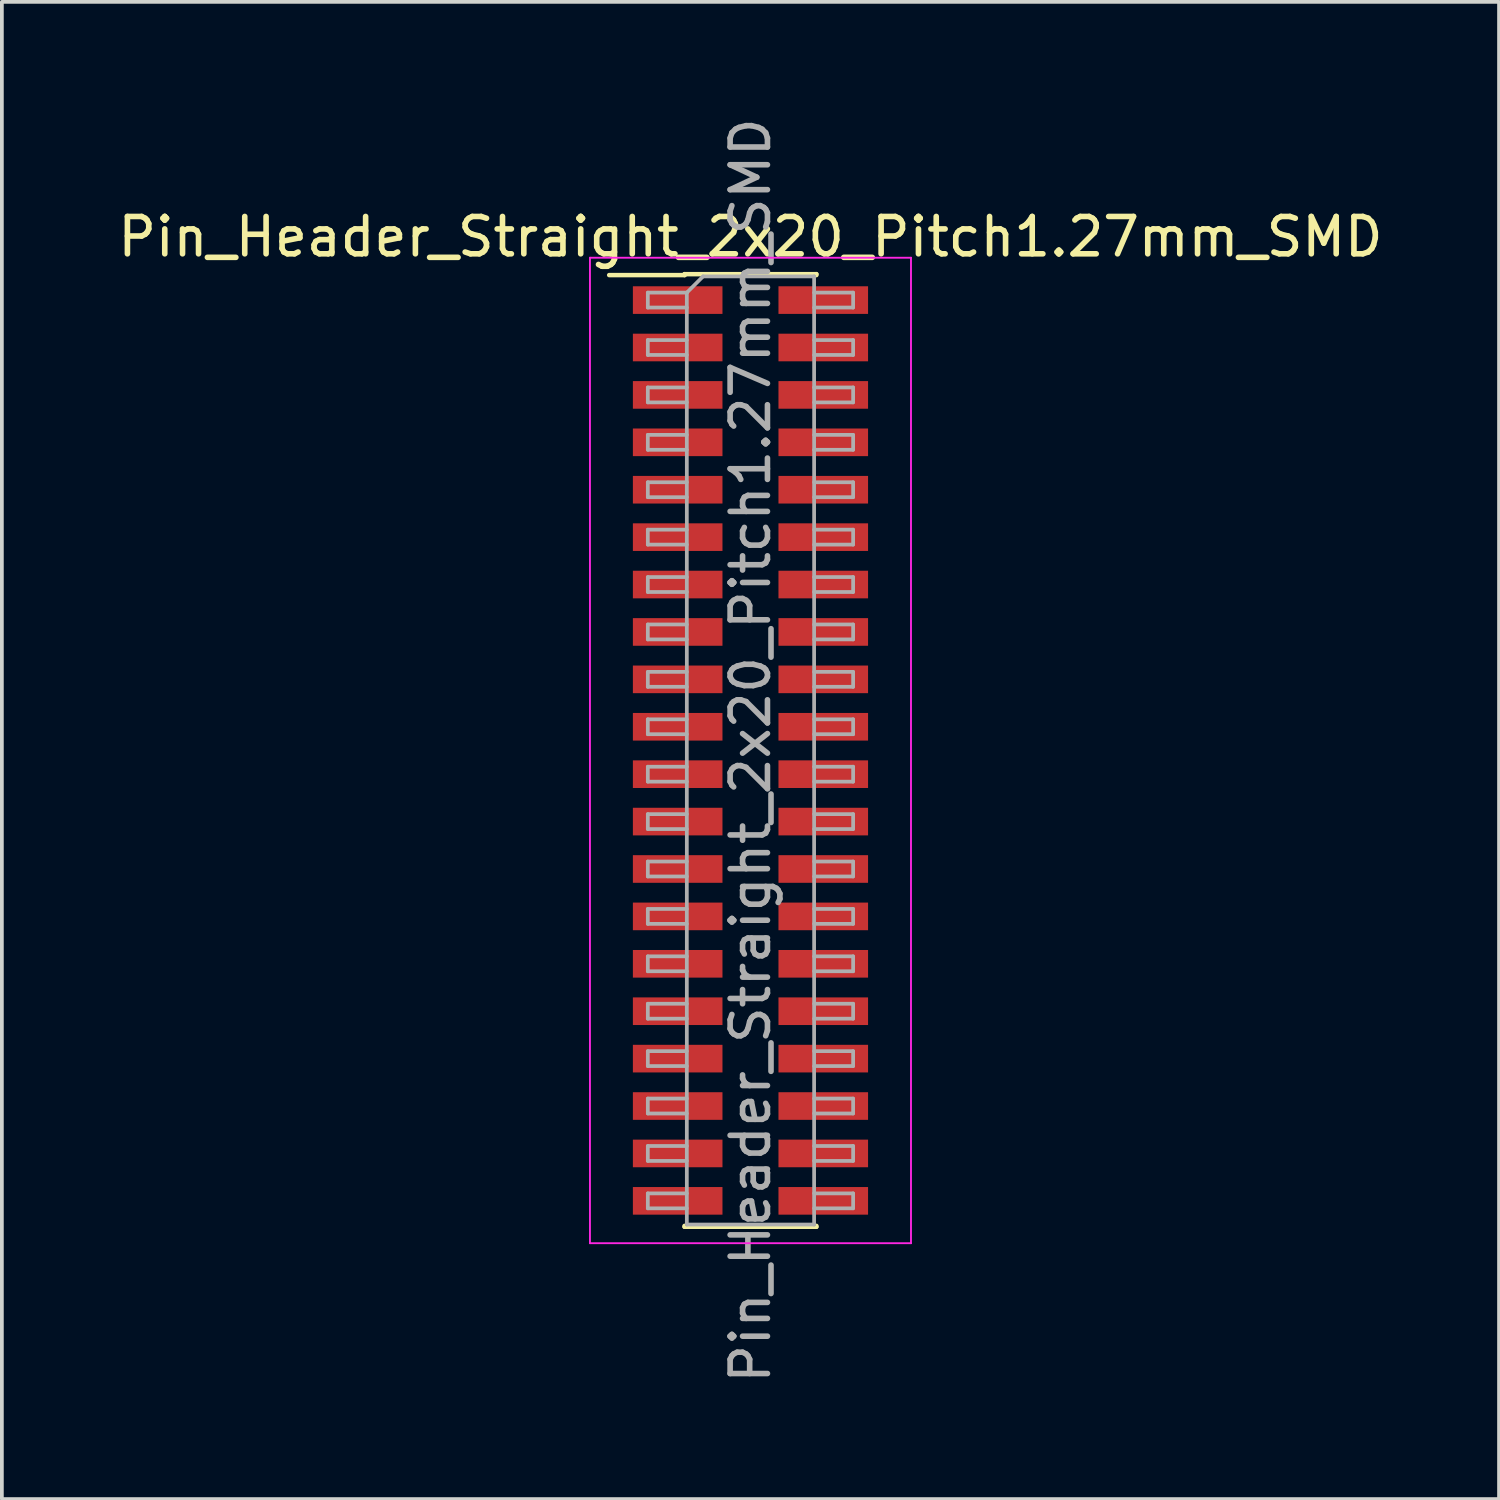
<source format=kicad_pcb>
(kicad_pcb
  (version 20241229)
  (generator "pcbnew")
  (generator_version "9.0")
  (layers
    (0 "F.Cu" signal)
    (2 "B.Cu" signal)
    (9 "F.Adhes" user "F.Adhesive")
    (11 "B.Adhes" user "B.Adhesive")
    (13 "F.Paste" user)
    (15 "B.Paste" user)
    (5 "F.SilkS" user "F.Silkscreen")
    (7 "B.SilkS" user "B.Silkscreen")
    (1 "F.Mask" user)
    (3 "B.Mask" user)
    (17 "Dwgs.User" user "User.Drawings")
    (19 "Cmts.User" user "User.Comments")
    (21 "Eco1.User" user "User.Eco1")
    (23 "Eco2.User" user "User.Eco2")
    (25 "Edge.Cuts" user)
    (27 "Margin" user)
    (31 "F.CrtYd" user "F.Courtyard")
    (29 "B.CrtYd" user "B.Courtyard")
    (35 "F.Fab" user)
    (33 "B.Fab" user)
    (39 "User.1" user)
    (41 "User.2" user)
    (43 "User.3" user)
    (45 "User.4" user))
  (footprint "Pin_Header_Straight_2x20_Pitch1.27mm_SMD"
    (layer "F.Cu")
    (at 17.054 17.054)
    (property "Reference" "Pin_Header_Straight_2x20_Pitch1.27mm_SMD" (at 0 -13.76 0) (layer "F.SilkS") (effects (font (size 1 1) (thickness 0.15))))
    (attr smd)
    (fp_line (start -3.785 -12.735) (end -1.765 -12.735) (stroke (width 0.12) (type solid)) (layer "F.SilkS"))
    (fp_line (start -1.765 -12.76) (end 1.765 -12.76) (stroke (width 0.12) (type solid)) (layer "F.SilkS"))
    (fp_line (start -1.765 -12.735) (end -1.765 -12.76) (stroke (width 0.12) (type solid)) (layer "F.SilkS"))
    (fp_line (start -1.765 12.735) (end -1.765 12.76) (stroke (width 0.12) (type solid)) (layer "F.SilkS"))
    (fp_line (start -1.765 12.76) (end 1.765 12.76) (stroke (width 0.12) (type solid)) (layer "F.SilkS"))
    (fp_line (start 1.765 -12.76) (end 1.765 -12.735) (stroke (width 0.12) (type solid)) (layer "F.SilkS"))
    (fp_line (start 1.765 12.76) (end 1.765 12.735) (stroke (width 0.12) (type solid)) (layer "F.SilkS"))
    (fp_line (start -4.3 -13.2) (end -4.3 13.2) (stroke (width 0.05) (type solid)) (layer "F.CrtYd"))
    (fp_line (start -4.3 13.2) (end 4.3 13.2) (stroke (width 0.05) (type solid)) (layer "F.CrtYd"))
    (fp_line (start 4.3 -13.2) (end -4.3 -13.2) (stroke (width 0.05) (type solid)) (layer "F.CrtYd"))
    (fp_line (start 4.3 13.2) (end 4.3 -13.2) (stroke (width 0.05) (type solid)) (layer "F.CrtYd"))
    (fp_line (start -2.75 -12.265) (end -2.75 -11.865) (stroke (width 0.1) (type solid)) (layer "F.Fab"))
    (fp_line (start -2.75 -11.865) (end -1.705 -11.865) (stroke (width 0.1) (type solid)) (layer "F.Fab"))
    (fp_line (start -2.75 -10.995) (end -2.75 -10.595) (stroke (width 0.1) (type solid)) (layer "F.Fab"))
    (fp_line (start -2.75 -10.595) (end -1.705 -10.595) (stroke (width 0.1) (type solid)) (layer "F.Fab"))
    (fp_line (start -2.75 -9.725) (end -2.75 -9.325) (stroke (width 0.1) (type solid)) (layer "F.Fab"))
    (fp_line (start -2.75 -9.325) (end -1.705 -9.325) (stroke (width 0.1) (type solid)) (layer "F.Fab"))
    (fp_line (start -2.75 -8.455) (end -2.75 -8.055) (stroke (width 0.1) (type solid)) (layer "F.Fab"))
    (fp_line (start -2.75 -8.055) (end -1.705 -8.055) (stroke (width 0.1) (type solid)) (layer "F.Fab"))
    (fp_line (start -2.75 -7.185) (end -2.75 -6.785) (stroke (width 0.1) (type solid)) (layer "F.Fab"))
    (fp_line (start -2.75 -6.785) (end -1.705 -6.785) (stroke (width 0.1) (type solid)) (layer "F.Fab"))
    (fp_line (start -2.75 -5.915) (end -2.75 -5.515) (stroke (width 0.1) (type solid)) (layer "F.Fab"))
    (fp_line (start -2.75 -5.515) (end -1.705 -5.515) (stroke (width 0.1) (type solid)) (layer "F.Fab"))
    (fp_line (start -2.75 -4.645) (end -2.75 -4.245) (stroke (width 0.1) (type solid)) (layer "F.Fab"))
    (fp_line (start -2.75 -4.245) (end -1.705 -4.245) (stroke (width 0.1) (type solid)) (layer "F.Fab"))
    (fp_line (start -2.75 -3.375) (end -2.75 -2.975) (stroke (width 0.1) (type solid)) (layer "F.Fab"))
    (fp_line (start -2.75 -2.975) (end -1.705 -2.975) (stroke (width 0.1) (type solid)) (layer "F.Fab"))
    (fp_line (start -2.75 -2.105) (end -2.75 -1.705) (stroke (width 0.1) (type solid)) (layer "F.Fab"))
    (fp_line (start -2.75 -1.705) (end -1.705 -1.705) (stroke (width 0.1) (type solid)) (layer "F.Fab"))
    (fp_line (start -2.75 -0.835) (end -2.75 -0.435) (stroke (width 0.1) (type solid)) (layer "F.Fab"))
    (fp_line (start -2.75 -0.435) (end -1.705 -0.435) (stroke (width 0.1) (type solid)) (layer "F.Fab"))
    (fp_line (start -2.75 0.435) (end -2.75 0.835) (stroke (width 0.1) (type solid)) (layer "F.Fab"))
    (fp_line (start -2.75 0.835) (end -1.705 0.835) (stroke (width 0.1) (type solid)) (layer "F.Fab"))
    (fp_line (start -2.75 1.705) (end -2.75 2.105) (stroke (width 0.1) (type solid)) (layer "F.Fab"))
    (fp_line (start -2.75 2.105) (end -1.705 2.105) (stroke (width 0.1) (type solid)) (layer "F.Fab"))
    (fp_line (start -2.75 2.975) (end -2.75 3.375) (stroke (width 0.1) (type solid)) (layer "F.Fab"))
    (fp_line (start -2.75 3.375) (end -1.705 3.375) (stroke (width 0.1) (type solid)) (layer "F.Fab"))
    (fp_line (start -2.75 4.245) (end -2.75 4.645) (stroke (width 0.1) (type solid)) (layer "F.Fab"))
    (fp_line (start -2.75 4.645) (end -1.705 4.645) (stroke (width 0.1) (type solid)) (layer "F.Fab"))
    (fp_line (start -2.75 5.515) (end -2.75 5.915) (stroke (width 0.1) (type solid)) (layer "F.Fab"))
    (fp_line (start -2.75 5.915) (end -1.705 5.915) (stroke (width 0.1) (type solid)) (layer "F.Fab"))
    (fp_line (start -2.75 6.785) (end -2.75 7.185) (stroke (width 0.1) (type solid)) (layer "F.Fab"))
    (fp_line (start -2.75 7.185) (end -1.705 7.185) (stroke (width 0.1) (type solid)) (layer "F.Fab"))
    (fp_line (start -2.75 8.055) (end -2.75 8.455) (stroke (width 0.1) (type solid)) (layer "F.Fab"))
    (fp_line (start -2.75 8.455) (end -1.705 8.455) (stroke (width 0.1) (type solid)) (layer "F.Fab"))
    (fp_line (start -2.75 9.325) (end -2.75 9.725) (stroke (width 0.1) (type solid)) (layer "F.Fab"))
    (fp_line (start -2.75 9.725) (end -1.705 9.725) (stroke (width 0.1) (type solid)) (layer "F.Fab"))
    (fp_line (start -2.75 10.595) (end -2.75 10.995) (stroke (width 0.1) (type solid)) (layer "F.Fab"))
    (fp_line (start -2.75 10.995) (end -1.705 10.995) (stroke (width 0.1) (type solid)) (layer "F.Fab"))
    (fp_line (start -2.75 11.865) (end -2.75 12.265) (stroke (width 0.1) (type solid)) (layer "F.Fab"))
    (fp_line (start -2.75 12.265) (end -1.705 12.265) (stroke (width 0.1) (type solid)) (layer "F.Fab"))
    (fp_line (start -1.705 -12.265) (end -2.75 -12.265) (stroke (width 0.1) (type solid)) (layer "F.Fab"))
    (fp_line (start -1.705 -12.265) (end -1.27 -12.7) (stroke (width 0.1) (type solid)) (layer "F.Fab"))
    (fp_line (start -1.705 -10.995) (end -2.75 -10.995) (stroke (width 0.1) (type solid)) (layer "F.Fab"))
    (fp_line (start -1.705 -9.725) (end -2.75 -9.725) (stroke (width 0.1) (type solid)) (layer "F.Fab"))
    (fp_line (start -1.705 -8.455) (end -2.75 -8.455) (stroke (width 0.1) (type solid)) (layer "F.Fab"))
    (fp_line (start -1.705 -7.185) (end -2.75 -7.185) (stroke (width 0.1) (type solid)) (layer "F.Fab"))
    (fp_line (start -1.705 -5.915) (end -2.75 -5.915) (stroke (width 0.1) (type solid)) (layer "F.Fab"))
    (fp_line (start -1.705 -4.645) (end -2.75 -4.645) (stroke (width 0.1) (type solid)) (layer "F.Fab"))
    (fp_line (start -1.705 -3.375) (end -2.75 -3.375) (stroke (width 0.1) (type solid)) (layer "F.Fab"))
    (fp_line (start -1.705 -2.105) (end -2.75 -2.105) (stroke (width 0.1) (type solid)) (layer "F.Fab"))
    (fp_line (start -1.705 -0.835) (end -2.75 -0.835) (stroke (width 0.1) (type solid)) (layer "F.Fab"))
    (fp_line (start -1.705 0.435) (end -2.75 0.435) (stroke (width 0.1) (type solid)) (layer "F.Fab"))
    (fp_line (start -1.705 1.705) (end -2.75 1.705) (stroke (width 0.1) (type solid)) (layer "F.Fab"))
    (fp_line (start -1.705 2.975) (end -2.75 2.975) (stroke (width 0.1) (type solid)) (layer "F.Fab"))
    (fp_line (start -1.705 4.245) (end -2.75 4.245) (stroke (width 0.1) (type solid)) (layer "F.Fab"))
    (fp_line (start -1.705 5.515) (end -2.75 5.515) (stroke (width 0.1) (type solid)) (layer "F.Fab"))
    (fp_line (start -1.705 6.785) (end -2.75 6.785) (stroke (width 0.1) (type solid)) (layer "F.Fab"))
    (fp_line (start -1.705 8.055) (end -2.75 8.055) (stroke (width 0.1) (type solid)) (layer "F.Fab"))
    (fp_line (start -1.705 9.325) (end -2.75 9.325) (stroke (width 0.1) (type solid)) (layer "F.Fab"))
    (fp_line (start -1.705 10.595) (end -2.75 10.595) (stroke (width 0.1) (type solid)) (layer "F.Fab"))
    (fp_line (start -1.705 11.865) (end -2.75 11.865) (stroke (width 0.1) (type solid)) (layer "F.Fab"))
    (fp_line (start -1.705 12.7) (end -1.705 -12.265) (stroke (width 0.1) (type solid)) (layer "F.Fab"))
    (fp_line (start -1.27 -12.7) (end 1.705 -12.7) (stroke (width 0.1) (type solid)) (layer "F.Fab"))
    (fp_line (start 1.705 -12.7) (end 1.705 12.7) (stroke (width 0.1) (type solid)) (layer "F.Fab"))
    (fp_line (start 1.705 -12.265) (end 2.75 -12.265) (stroke (width 0.1) (type solid)) (layer "F.Fab"))
    (fp_line (start 1.705 -10.995) (end 2.75 -10.995) (stroke (width 0.1) (type solid)) (layer "F.Fab"))
    (fp_line (start 1.705 -9.725) (end 2.75 -9.725) (stroke (width 0.1) (type solid)) (layer "F.Fab"))
    (fp_line (start 1.705 -8.455) (end 2.75 -8.455) (stroke (width 0.1) (type solid)) (layer "F.Fab"))
    (fp_line (start 1.705 -7.185) (end 2.75 -7.185) (stroke (width 0.1) (type solid)) (layer "F.Fab"))
    (fp_line (start 1.705 -5.915) (end 2.75 -5.915) (stroke (width 0.1) (type solid)) (layer "F.Fab"))
    (fp_line (start 1.705 -4.645) (end 2.75 -4.645) (stroke (width 0.1) (type solid)) (layer "F.Fab"))
    (fp_line (start 1.705 -3.375) (end 2.75 -3.375) (stroke (width 0.1) (type solid)) (layer "F.Fab"))
    (fp_line (start 1.705 -2.105) (end 2.75 -2.105) (stroke (width 0.1) (type solid)) (layer "F.Fab"))
    (fp_line (start 1.705 -0.835) (end 2.75 -0.835) (stroke (width 0.1) (type solid)) (layer "F.Fab"))
    (fp_line (start 1.705 0.435) (end 2.75 0.435) (stroke (width 0.1) (type solid)) (layer "F.Fab"))
    (fp_line (start 1.705 1.705) (end 2.75 1.705) (stroke (width 0.1) (type solid)) (layer "F.Fab"))
    (fp_line (start 1.705 2.975) (end 2.75 2.975) (stroke (width 0.1) (type solid)) (layer "F.Fab"))
    (fp_line (start 1.705 4.245) (end 2.75 4.245) (stroke (width 0.1) (type solid)) (layer "F.Fab"))
    (fp_line (start 1.705 5.515) (end 2.75 5.515) (stroke (width 0.1) (type solid)) (layer "F.Fab"))
    (fp_line (start 1.705 6.785) (end 2.75 6.785) (stroke (width 0.1) (type solid)) (layer "F.Fab"))
    (fp_line (start 1.705 8.055) (end 2.75 8.055) (stroke (width 0.1) (type solid)) (layer "F.Fab"))
    (fp_line (start 1.705 9.325) (end 2.75 9.325) (stroke (width 0.1) (type solid)) (layer "F.Fab"))
    (fp_line (start 1.705 10.595) (end 2.75 10.595) (stroke (width 0.1) (type solid)) (layer "F.Fab"))
    (fp_line (start 1.705 11.865) (end 2.75 11.865) (stroke (width 0.1) (type solid)) (layer "F.Fab"))
    (fp_line (start 1.705 12.7) (end -1.705 12.7) (stroke (width 0.1) (type solid)) (layer "F.Fab"))
    (fp_line (start 2.75 -12.265) (end 2.75 -11.865) (stroke (width 0.1) (type solid)) (layer "F.Fab"))
    (fp_line (start 2.75 -11.865) (end 1.705 -11.865) (stroke (width 0.1) (type solid)) (layer "F.Fab"))
    (fp_line (start 2.75 -10.995) (end 2.75 -10.595) (stroke (width 0.1) (type solid)) (layer "F.Fab"))
    (fp_line (start 2.75 -10.595) (end 1.705 -10.595) (stroke (width 0.1) (type solid)) (layer "F.Fab"))
    (fp_line (start 2.75 -9.725) (end 2.75 -9.325) (stroke (width 0.1) (type solid)) (layer "F.Fab"))
    (fp_line (start 2.75 -9.325) (end 1.705 -9.325) (stroke (width 0.1) (type solid)) (layer "F.Fab"))
    (fp_line (start 2.75 -8.455) (end 2.75 -8.055) (stroke (width 0.1) (type solid)) (layer "F.Fab"))
    (fp_line (start 2.75 -8.055) (end 1.705 -8.055) (stroke (width 0.1) (type solid)) (layer "F.Fab"))
    (fp_line (start 2.75 -7.185) (end 2.75 -6.785) (stroke (width 0.1) (type solid)) (layer "F.Fab"))
    (fp_line (start 2.75 -6.785) (end 1.705 -6.785) (stroke (width 0.1) (type solid)) (layer "F.Fab"))
    (fp_line (start 2.75 -5.915) (end 2.75 -5.515) (stroke (width 0.1) (type solid)) (layer "F.Fab"))
    (fp_line (start 2.75 -5.515) (end 1.705 -5.515) (stroke (width 0.1) (type solid)) (layer "F.Fab"))
    (fp_line (start 2.75 -4.645) (end 2.75 -4.245) (stroke (width 0.1) (type solid)) (layer "F.Fab"))
    (fp_line (start 2.75 -4.245) (end 1.705 -4.245) (stroke (width 0.1) (type solid)) (layer "F.Fab"))
    (fp_line (start 2.75 -3.375) (end 2.75 -2.975) (stroke (width 0.1) (type solid)) (layer "F.Fab"))
    (fp_line (start 2.75 -2.975) (end 1.705 -2.975) (stroke (width 0.1) (type solid)) (layer "F.Fab"))
    (fp_line (start 2.75 -2.105) (end 2.75 -1.705) (stroke (width 0.1) (type solid)) (layer "F.Fab"))
    (fp_line (start 2.75 -1.705) (end 1.705 -1.705) (stroke (width 0.1) (type solid)) (layer "F.Fab"))
    (fp_line (start 2.75 -0.835) (end 2.75 -0.435) (stroke (width 0.1) (type solid)) (layer "F.Fab"))
    (fp_line (start 2.75 -0.435) (end 1.705 -0.435) (stroke (width 0.1) (type solid)) (layer "F.Fab"))
    (fp_line (start 2.75 0.435) (end 2.75 0.835) (stroke (width 0.1) (type solid)) (layer "F.Fab"))
    (fp_line (start 2.75 0.835) (end 1.705 0.835) (stroke (width 0.1) (type solid)) (layer "F.Fab"))
    (fp_line (start 2.75 1.705) (end 2.75 2.105) (stroke (width 0.1) (type solid)) (layer "F.Fab"))
    (fp_line (start 2.75 2.105) (end 1.705 2.105) (stroke (width 0.1) (type solid)) (layer "F.Fab"))
    (fp_line (start 2.75 2.975) (end 2.75 3.375) (stroke (width 0.1) (type solid)) (layer "F.Fab"))
    (fp_line (start 2.75 3.375) (end 1.705 3.375) (stroke (width 0.1) (type solid)) (layer "F.Fab"))
    (fp_line (start 2.75 4.245) (end 2.75 4.645) (stroke (width 0.1) (type solid)) (layer "F.Fab"))
    (fp_line (start 2.75 4.645) (end 1.705 4.645) (stroke (width 0.1) (type solid)) (layer "F.Fab"))
    (fp_line (start 2.75 5.515) (end 2.75 5.915) (stroke (width 0.1) (type solid)) (layer "F.Fab"))
    (fp_line (start 2.75 5.915) (end 1.705 5.915) (stroke (width 0.1) (type solid)) (layer "F.Fab"))
    (fp_line (start 2.75 6.785) (end 2.75 7.185) (stroke (width 0.1) (type solid)) (layer "F.Fab"))
    (fp_line (start 2.75 7.185) (end 1.705 7.185) (stroke (width 0.1) (type solid)) (layer "F.Fab"))
    (fp_line (start 2.75 8.055) (end 2.75 8.455) (stroke (width 0.1) (type solid)) (layer "F.Fab"))
    (fp_line (start 2.75 8.455) (end 1.705 8.455) (stroke (width 0.1) (type solid)) (layer "F.Fab"))
    (fp_line (start 2.75 9.325) (end 2.75 9.725) (stroke (width 0.1) (type solid)) (layer "F.Fab"))
    (fp_line (start 2.75 9.725) (end 1.705 9.725) (stroke (width 0.1) (type solid)) (layer "F.Fab"))
    (fp_line (start 2.75 10.595) (end 2.75 10.995) (stroke (width 0.1) (type solid)) (layer "F.Fab"))
    (fp_line (start 2.75 10.995) (end 1.705 10.995) (stroke (width 0.1) (type solid)) (layer "F.Fab"))
    (fp_line (start 2.75 11.865) (end 2.75 12.265) (stroke (width 0.1) (type solid)) (layer "F.Fab"))
    (fp_line (start 2.75 12.265) (end 1.705 12.265) (stroke (width 0.1) (type solid)) (layer "F.Fab"))
    (fp_text user "${REFERENCE}" (at 0 0 90) (layer "F.Fab") (effects (font (size 1 1) (thickness 0.15))))
    (pad "1" smd rect (at -1.95 -12.065) (size 2.4 0.74) (layers "F.Cu" "F.Mask" "F.Paste"))
    (pad "2" smd rect (at 1.95 -12.065) (size 2.4 0.74) (layers "F.Cu" "F.Mask" "F.Paste"))
    (pad "3" smd rect (at -1.95 -10.795) (size 2.4 0.74) (layers "F.Cu" "F.Mask" "F.Paste"))
    (pad "4" smd rect (at 1.95 -10.795) (size 2.4 0.74) (layers "F.Cu" "F.Mask" "F.Paste"))
    (pad "5" smd rect (at -1.95 -9.525) (size 2.4 0.74) (layers "F.Cu" "F.Mask" "F.Paste"))
    (pad "6" smd rect (at 1.95 -9.525) (size 2.4 0.74) (layers "F.Cu" "F.Mask" "F.Paste"))
    (pad "7" smd rect (at -1.95 -8.255) (size 2.4 0.74) (layers "F.Cu" "F.Mask" "F.Paste"))
    (pad "8" smd rect (at 1.95 -8.255) (size 2.4 0.74) (layers "F.Cu" "F.Mask" "F.Paste"))
    (pad "9" smd rect (at -1.95 -6.985) (size 2.4 0.74) (layers "F.Cu" "F.Mask" "F.Paste"))
    (pad "10" smd rect (at 1.95 -6.985) (size 2.4 0.74) (layers "F.Cu" "F.Mask" "F.Paste"))
    (pad "11" smd rect (at -1.95 -5.715) (size 2.4 0.74) (layers "F.Cu" "F.Mask" "F.Paste"))
    (pad "12" smd rect (at 1.95 -5.715) (size 2.4 0.74) (layers "F.Cu" "F.Mask" "F.Paste"))
    (pad "13" smd rect (at -1.95 -4.445) (size 2.4 0.74) (layers "F.Cu" "F.Mask" "F.Paste"))
    (pad "14" smd rect (at 1.95 -4.445) (size 2.4 0.74) (layers "F.Cu" "F.Mask" "F.Paste"))
    (pad "15" smd rect (at -1.95 -3.175) (size 2.4 0.74) (layers "F.Cu" "F.Mask" "F.Paste"))
    (pad "16" smd rect (at 1.95 -3.175) (size 2.4 0.74) (layers "F.Cu" "F.Mask" "F.Paste"))
    (pad "17" smd rect (at -1.95 -1.905) (size 2.4 0.74) (layers "F.Cu" "F.Mask" "F.Paste"))
    (pad "18" smd rect (at 1.95 -1.905) (size 2.4 0.74) (layers "F.Cu" "F.Mask" "F.Paste"))
    (pad "19" smd rect (at -1.95 -0.635) (size 2.4 0.74) (layers "F.Cu" "F.Mask" "F.Paste"))
    (pad "20" smd rect (at 1.95 -0.635) (size 2.4 0.74) (layers "F.Cu" "F.Mask" "F.Paste"))
    (pad "21" smd rect (at -1.95 0.635) (size 2.4 0.74) (layers "F.Cu" "F.Mask" "F.Paste"))
    (pad "22" smd rect (at 1.95 0.635) (size 2.4 0.74) (layers "F.Cu" "F.Mask" "F.Paste"))
    (pad "23" smd rect (at -1.95 1.905) (size 2.4 0.74) (layers "F.Cu" "F.Mask" "F.Paste"))
    (pad "24" smd rect (at 1.95 1.905) (size 2.4 0.74) (layers "F.Cu" "F.Mask" "F.Paste"))
    (pad "25" smd rect (at -1.95 3.175) (size 2.4 0.74) (layers "F.Cu" "F.Mask" "F.Paste"))
    (pad "26" smd rect (at 1.95 3.175) (size 2.4 0.74) (layers "F.Cu" "F.Mask" "F.Paste"))
    (pad "27" smd rect (at -1.95 4.445) (size 2.4 0.74) (layers "F.Cu" "F.Mask" "F.Paste"))
    (pad "28" smd rect (at 1.95 4.445) (size 2.4 0.74) (layers "F.Cu" "F.Mask" "F.Paste"))
    (pad "29" smd rect (at -1.95 5.715) (size 2.4 0.74) (layers "F.Cu" "F.Mask" "F.Paste"))
    (pad "30" smd rect (at 1.95 5.715) (size 2.4 0.74) (layers "F.Cu" "F.Mask" "F.Paste"))
    (pad "31" smd rect (at -1.95 6.985) (size 2.4 0.74) (layers "F.Cu" "F.Mask" "F.Paste"))
    (pad "32" smd rect (at 1.95 6.985) (size 2.4 0.74) (layers "F.Cu" "F.Mask" "F.Paste"))
    (pad "33" smd rect (at -1.95 8.255) (size 2.4 0.74) (layers "F.Cu" "F.Mask" "F.Paste"))
    (pad "34" smd rect (at 1.95 8.255) (size 2.4 0.74) (layers "F.Cu" "F.Mask" "F.Paste"))
    (pad "35" smd rect (at -1.95 9.525) (size 2.4 0.74) (layers "F.Cu" "F.Mask" "F.Paste"))
    (pad "36" smd rect (at 1.95 9.525) (size 2.4 0.74) (layers "F.Cu" "F.Mask" "F.Paste"))
    (pad "37" smd rect (at -1.95 10.795) (size 2.4 0.74) (layers "F.Cu" "F.Mask" "F.Paste"))
    (pad "38" smd rect (at 1.95 10.795) (size 2.4 0.74) (layers "F.Cu" "F.Mask" "F.Paste"))
    (pad "39" smd rect (at -1.95 12.065) (size 2.4 0.74) (layers "F.Cu" "F.Mask" "F.Paste"))
    (pad "40" smd rect (at 1.95 12.065) (size 2.4 0.74) (layers "F.Cu" "F.Mask" "F.Paste")))
  (gr_rect
    (start -3 -3)
    (end 37.107 37.107)
    (stroke (width 0.1) (type default))
    (fill no)
    (layer "Edge.Cuts")))
</source>
